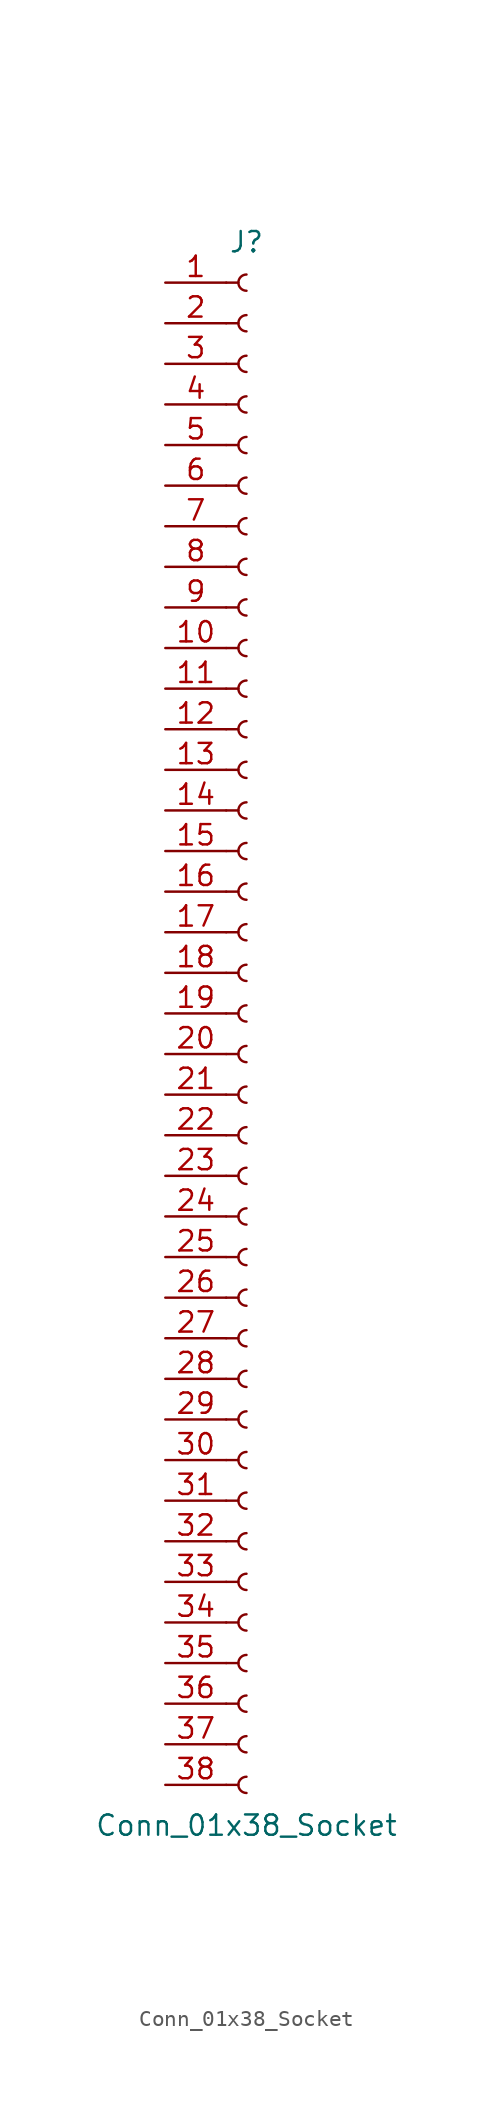
<source format=kicad_sym>
(kicad_symbol_lib
  (version 20220914)
  (generator kicad_symbol_editor)
  (symbol "Conn_01x38_Socket"
    (pin_names
      (offset 1.016) hide)
    (property "Reference" "J"
      (at 0 48.26 0)
      (effects (font (size 1.27 1.27))))
    (property "Value" "Conn_01x38_Socket"
      (at 0 -50.8 0)
      (effects (font (size 1.27 1.27))))
    (property "ki_locked" ""
      (at 0 0 0)
      (effects (font (size 1.27 1.27))))
    (symbol "Conn_01x38_Socket_1_1"
      (arc (start 0 -47.752) (mid -0.5058 -48.26) (end 0 -48.768) (stroke (width 0.1524) (type default)) (fill (type none)))
      (arc (start 0 -45.212) (mid -0.5058 -45.72) (end 0 -46.228) (stroke (width 0.1524) (type default)) (fill (type none)))
      (arc (start 0 -42.672) (mid -0.5058 -43.18) (end 0 -43.688) (stroke (width 0.1524) (type default)) (fill (type none)))
      (arc (start 0 -40.132) (mid -0.5058 -40.64) (end 0 -41.148) (stroke (width 0.1524) (type default)) (fill (type none)))
      (arc (start 0 -37.592) (mid -0.5058 -38.1) (end 0 -38.608) (stroke (width 0.1524) (type default)) (fill (type none)))
      (arc (start 0 -35.052) (mid -0.5058 -35.56) (end 0 -36.068) (stroke (width 0.1524) (type default)) (fill (type none)))
      (arc (start 0 -32.512) (mid -0.5058 -33.02) (end 0 -33.528) (stroke (width 0.1524) (type default)) (fill (type none)))
      (arc (start 0 -29.972) (mid -0.5058 -30.48) (end 0 -30.988) (stroke (width 0.1524) (type default)) (fill (type none)))
      (arc (start 0 -27.432) (mid -0.5058 -27.94) (end 0 -28.448) (stroke (width 0.1524) (type default)) (fill (type none)))
      (arc (start 0 -24.892) (mid -0.5058 -25.4) (end 0 -25.908) (stroke (width 0.1524) (type default)) (fill (type none)))
      (arc (start 0 -22.352) (mid -0.5058 -22.86) (end 0 -23.368) (stroke (width 0.1524) (type default)) (fill (type none)))
      (arc (start 0 -19.812) (mid -0.5058 -20.32) (end 0 -20.828) (stroke (width 0.1524) (type default)) (fill (type none)))
      (arc (start 0 -17.272) (mid -0.5058 -17.78) (end 0 -18.288) (stroke (width 0.1524) (type default)) (fill (type none)))
      (arc (start 0 -14.732) (mid -0.5058 -15.24) (end 0 -15.748) (stroke (width 0.1524) (type default)) (fill (type none)))
      (arc (start 0 -12.192) (mid -0.5058 -12.7) (end 0 -13.208) (stroke (width 0.1524) (type default)) (fill (type none)))
      (arc (start 0 -9.652) (mid -0.5058 -10.16) (end 0 -10.668) (stroke (width 0.1524) (type default)) (fill (type none)))
      (arc (start 0 -7.112) (mid -0.5058 -7.62) (end 0 -8.128) (stroke (width 0.1524) (type default)) (fill (type none)))
      (arc (start 0 -4.572) (mid -0.5058 -5.08) (end 0 -5.588) (stroke (width 0.1524) (type default)) (fill (type none)))
      (arc (start 0 -2.032) (mid -0.5058 -2.54) (end 0 -3.048) (stroke (width 0.1524) (type default)) (fill (type none)))
      (polyline (pts (xy -1.27 -48.26) (xy -0.508 -48.26)) (stroke (width 0.152) (type default)) (fill (type none)))
      (polyline (pts (xy -1.27 -45.72) (xy -0.508 -45.72)) (stroke (width 0.152) (type default)) (fill (type none)))
      (polyline (pts (xy -1.27 -43.18) (xy -0.508 -43.18)) (stroke (width 0.152) (type default)) (fill (type none)))
      (polyline (pts (xy -1.27 -40.64) (xy -0.508 -40.64)) (stroke (width 0.152) (type default)) (fill (type none)))
      (polyline (pts (xy -1.27 -38.1) (xy -0.508 -38.1)) (stroke (width 0.152) (type default)) (fill (type none)))
      (polyline (pts (xy -1.27 -35.56) (xy -0.508 -35.56)) (stroke (width 0.152) (type default)) (fill (type none)))
      (polyline (pts (xy -1.27 -33.02) (xy -0.508 -33.02)) (stroke (width 0.152) (type default)) (fill (type none)))
      (polyline (pts (xy -1.27 -30.48) (xy -0.508 -30.48)) (stroke (width 0.152) (type default)) (fill (type none)))
      (polyline (pts (xy -1.27 -27.94) (xy -0.508 -27.94)) (stroke (width 0.152) (type default)) (fill (type none)))
      (polyline (pts (xy -1.27 -25.4) (xy -0.508 -25.4)) (stroke (width 0.152) (type default)) (fill (type none)))
      (polyline (pts (xy -1.27 -22.86) (xy -0.508 -22.86)) (stroke (width 0.152) (type default)) (fill (type none)))
      (polyline (pts (xy -1.27 -20.32) (xy -0.508 -20.32)) (stroke (width 0.152) (type default)) (fill (type none)))
      (polyline (pts (xy -1.27 -17.78) (xy -0.508 -17.78)) (stroke (width 0.152) (type default)) (fill (type none)))
      (polyline (pts (xy -1.27 -15.24) (xy -0.508 -15.24)) (stroke (width 0.152) (type default)) (fill (type none)))
      (polyline (pts (xy -1.27 -12.7) (xy -0.508 -12.7)) (stroke (width 0.152) (type default)) (fill (type none)))
      (polyline (pts (xy -1.27 -10.16) (xy -0.508 -10.16)) (stroke (width 0.152) (type default)) (fill (type none)))
      (polyline (pts (xy -1.27 -7.62) (xy -0.508 -7.62)) (stroke (width 0.152) (type default)) (fill (type none)))
      (polyline (pts (xy -1.27 -5.08) (xy -0.508 -5.08)) (stroke (width 0.152) (type default)) (fill (type none)))
      (polyline (pts (xy -1.27 -2.54) (xy -0.508 -2.54)) (stroke (width 0.152) (type default)) (fill (type none)))
      (polyline (pts (xy -1.27 0) (xy -0.508 0)) (stroke (width 0.152) (type default)) (fill (type none)))
      (polyline (pts (xy -1.27 2.54) (xy -0.508 2.54)) (stroke (width 0.152) (type default)) (fill (type none)))
      (polyline (pts (xy -1.27 5.08) (xy -0.508 5.08)) (stroke (width 0.152) (type default)) (fill (type none)))
      (polyline (pts (xy -1.27 7.62) (xy -0.508 7.62)) (stroke (width 0.152) (type default)) (fill (type none)))
      (polyline (pts (xy -1.27 10.16) (xy -0.508 10.16)) (stroke (width 0.152) (type default)) (fill (type none)))
      (polyline (pts (xy -1.27 12.7) (xy -0.508 12.7)) (stroke (width 0.152) (type default)) (fill (type none)))
      (polyline (pts (xy -1.27 15.24) (xy -0.508 15.24)) (stroke (width 0.152) (type default)) (fill (type none)))
      (polyline (pts (xy -1.27 17.78) (xy -0.508 17.78)) (stroke (width 0.152) (type default)) (fill (type none)))
      (polyline (pts (xy -1.27 20.32) (xy -0.508 20.32)) (stroke (width 0.152) (type default)) (fill (type none)))
      (polyline (pts (xy -1.27 22.86) (xy -0.508 22.86)) (stroke (width 0.152) (type default)) (fill (type none)))
      (polyline (pts (xy -1.27 25.4) (xy -0.508 25.4)) (stroke (width 0.152) (type default)) (fill (type none)))
      (polyline (pts (xy -1.27 27.94) (xy -0.508 27.94)) (stroke (width 0.152) (type default)) (fill (type none)))
      (polyline (pts (xy -1.27 30.48) (xy -0.508 30.48)) (stroke (width 0.152) (type default)) (fill (type none)))
      (polyline (pts (xy -1.27 33.02) (xy -0.508 33.02)) (stroke (width 0.152) (type default)) (fill (type none)))
      (polyline (pts (xy -1.27 35.56) (xy -0.508 35.56)) (stroke (width 0.152) (type default)) (fill (type none)))
      (polyline (pts (xy -1.27 38.1) (xy -0.508 38.1)) (stroke (width 0.152) (type default)) (fill (type none)))
      (polyline (pts (xy -1.27 40.64) (xy -0.508 40.64)) (stroke (width 0.152) (type default)) (fill (type none)))
      (polyline (pts (xy -1.27 43.18) (xy -0.508 43.18)) (stroke (width 0.152) (type default)) (fill (type none)))
      (polyline (pts (xy -1.27 45.72) (xy -0.508 45.72)) (stroke (width 0.152) (type default)) (fill (type none)))
      (arc (start 0 0.508) (mid -0.5058 0) (end 0 -0.508) (stroke (width 0.1524) (type default)) (fill (type none)))
      (arc (start 0 3.048) (mid -0.5058 2.54) (end 0 2.032) (stroke (width 0.1524) (type default)) (fill (type none)))
      (arc (start 0 5.588) (mid -0.5058 5.08) (end 0 4.572) (stroke (width 0.1524) (type default)) (fill (type none)))
      (arc (start 0 8.128) (mid -0.5058 7.62) (end 0 7.112) (stroke (width 0.1524) (type default)) (fill (type none)))
      (arc (start 0 10.668) (mid -0.5058 10.16) (end 0 9.652) (stroke (width 0.1524) (type default)) (fill (type none)))
      (arc (start 0 13.208) (mid -0.5058 12.7) (end 0 12.192) (stroke (width 0.1524) (type default)) (fill (type none)))
      (arc (start 0 15.748) (mid -0.5058 15.24) (end 0 14.732) (stroke (width 0.1524) (type default)) (fill (type none)))
      (arc (start 0 18.288) (mid -0.5058 17.78) (end 0 17.272) (stroke (width 0.1524) (type default)) (fill (type none)))
      (arc (start 0 20.828) (mid -0.5058 20.32) (end 0 19.812) (stroke (width 0.1524) (type default)) (fill (type none)))
      (arc (start 0 23.368) (mid -0.5058 22.86) (end 0 22.352) (stroke (width 0.1524) (type default)) (fill (type none)))
      (arc (start 0 25.908) (mid -0.5058 25.4) (end 0 24.892) (stroke (width 0.1524) (type default)) (fill (type none)))
      (arc (start 0 28.448) (mid -0.5058 27.94) (end 0 27.432) (stroke (width 0.1524) (type default)) (fill (type none)))
      (arc (start 0 30.988) (mid -0.5058 30.48) (end 0 29.972) (stroke (width 0.1524) (type default)) (fill (type none)))
      (arc (start 0 33.528) (mid -0.5058 33.02) (end 0 32.512) (stroke (width 0.1524) (type default)) (fill (type none)))
      (arc (start 0 36.068) (mid -0.5058 35.56) (end 0 35.052) (stroke (width 0.1524) (type default)) (fill (type none)))
      (arc (start 0 38.608) (mid -0.5058 38.1) (end 0 37.592) (stroke (width 0.1524) (type default)) (fill (type none)))
      (arc (start 0 41.148) (mid -0.5058 40.64) (end 0 40.132) (stroke (width 0.1524) (type default)) (fill (type none)))
      (arc (start 0 43.688) (mid -0.5058 43.18) (end 0 42.672) (stroke (width 0.1524) (type default)) (fill (type none)))
      (arc (start 0 46.228) (mid -0.5058 45.72) (end 0 45.212) (stroke (width 0.1524) (type default)) (fill (type none)))
      (pin passive line (at -5.08 45.72 0) (length 3.81) (name "Pin_1" (effects (font (size 1.27 1.27)))) (number "1" (effects (font (size 1.27 1.27)))))
      (pin passive line (at -5.08 22.86 0) (length 3.81) (name "Pin_10" (effects (font (size 1.27 1.27)))) (number "10" (effects (font (size 1.27 1.27)))))
      (pin passive line (at -5.08 20.32 0) (length 3.81) (name "Pin_11" (effects (font (size 1.27 1.27)))) (number "11" (effects (font (size 1.27 1.27)))))
      (pin passive line (at -5.08 17.78 0) (length 3.81) (name "Pin_12" (effects (font (size 1.27 1.27)))) (number "12" (effects (font (size 1.27 1.27)))))
      (pin passive line (at -5.08 15.24 0) (length 3.81) (name "Pin_13" (effects (font (size 1.27 1.27)))) (number "13" (effects (font (size 1.27 1.27)))))
      (pin passive line (at -5.08 12.7 0) (length 3.81) (name "Pin_14" (effects (font (size 1.27 1.27)))) (number "14" (effects (font (size 1.27 1.27)))))
      (pin passive line (at -5.08 10.16 0) (length 3.81) (name "Pin_15" (effects (font (size 1.27 1.27)))) (number "15" (effects (font (size 1.27 1.27)))))
      (pin passive line (at -5.08 7.62 0) (length 3.81) (name "Pin_16" (effects (font (size 1.27 1.27)))) (number "16" (effects (font (size 1.27 1.27)))))
      (pin passive line (at -5.08 5.08 0) (length 3.81) (name "Pin_17" (effects (font (size 1.27 1.27)))) (number "17" (effects (font (size 1.27 1.27)))))
      (pin passive line (at -5.08 2.54 0) (length 3.81) (name "Pin_18" (effects (font (size 1.27 1.27)))) (number "18" (effects (font (size 1.27 1.27)))))
      (pin passive line (at -5.08 0 0) (length 3.81) (name "Pin_19" (effects (font (size 1.27 1.27)))) (number "19" (effects (font (size 1.27 1.27)))))
      (pin passive line (at -5.08 43.18 0) (length 3.81) (name "Pin_2" (effects (font (size 1.27 1.27)))) (number "2" (effects (font (size 1.27 1.27)))))
      (pin passive line (at -5.08 -2.54 0) (length 3.81) (name "Pin_20" (effects (font (size 1.27 1.27)))) (number "20" (effects (font (size 1.27 1.27)))))
      (pin passive line (at -5.08 -5.08 0) (length 3.81) (name "Pin_21" (effects (font (size 1.27 1.27)))) (number "21" (effects (font (size 1.27 1.27)))))
      (pin passive line (at -5.08 -7.62 0) (length 3.81) (name "Pin_22" (effects (font (size 1.27 1.27)))) (number "22" (effects (font (size 1.27 1.27)))))
      (pin passive line (at -5.08 -10.16 0) (length 3.81) (name "Pin_23" (effects (font (size 1.27 1.27)))) (number "23" (effects (font (size 1.27 1.27)))))
      (pin passive line (at -5.08 -12.7 0) (length 3.81) (name "Pin_24" (effects (font (size 1.27 1.27)))) (number "24" (effects (font (size 1.27 1.27)))))
      (pin passive line (at -5.08 -15.24 0) (length 3.81) (name "Pin_25" (effects (font (size 1.27 1.27)))) (number "25" (effects (font (size 1.27 1.27)))))
      (pin passive line (at -5.08 -17.78 0) (length 3.81) (name "Pin_26" (effects (font (size 1.27 1.27)))) (number "26" (effects (font (size 1.27 1.27)))))
      (pin passive line (at -5.08 -20.32 0) (length 3.81) (name "Pin_27" (effects (font (size 1.27 1.27)))) (number "27" (effects (font (size 1.27 1.27)))))
      (pin passive line (at -5.08 -22.86 0) (length 3.81) (name "Pin_28" (effects (font (size 1.27 1.27)))) (number "28" (effects (font (size 1.27 1.27)))))
      (pin passive line (at -5.08 -25.4 0) (length 3.81) (name "Pin_29" (effects (font (size 1.27 1.27)))) (number "29" (effects (font (size 1.27 1.27)))))
      (pin passive line (at -5.08 40.64 0) (length 3.81) (name "Pin_3" (effects (font (size 1.27 1.27)))) (number "3" (effects (font (size 1.27 1.27)))))
      (pin passive line (at -5.08 -27.94 0) (length 3.81) (name "Pin_30" (effects (font (size 1.27 1.27)))) (number "30" (effects (font (size 1.27 1.27)))))
      (pin passive line (at -5.08 -30.48 0) (length 3.81) (name "Pin_31" (effects (font (size 1.27 1.27)))) (number "31" (effects (font (size 1.27 1.27)))))
      (pin passive line (at -5.08 -33.02 0) (length 3.81) (name "Pin_32" (effects (font (size 1.27 1.27)))) (number "32" (effects (font (size 1.27 1.27)))))
      (pin passive line (at -5.08 -35.56 0) (length 3.81) (name "Pin_33" (effects (font (size 1.27 1.27)))) (number "33" (effects (font (size 1.27 1.27)))))
      (pin passive line (at -5.08 -38.1 0) (length 3.81) (name "Pin_34" (effects (font (size 1.27 1.27)))) (number "34" (effects (font (size 1.27 1.27)))))
      (pin passive line (at -5.08 -40.64 0) (length 3.81) (name "Pin_35" (effects (font (size 1.27 1.27)))) (number "35" (effects (font (size 1.27 1.27)))))
      (pin passive line (at -5.08 -43.18 0) (length 3.81) (name "Pin_36" (effects (font (size 1.27 1.27)))) (number "36" (effects (font (size 1.27 1.27)))))
      (pin passive line (at -5.08 -45.72 0) (length 3.81) (name "Pin_37" (effects (font (size 1.27 1.27)))) (number "37" (effects (font (size 1.27 1.27)))))
      (pin passive line (at -5.08 -48.26 0) (length 3.81) (name "Pin_38" (effects (font (size 1.27 1.27)))) (number "38" (effects (font (size 1.27 1.27)))))
      (pin passive line (at -5.08 38.1 0) (length 3.81) (name "Pin_4" (effects (font (size 1.27 1.27)))) (number "4" (effects (font (size 1.27 1.27)))))
      (pin passive line (at -5.08 35.56 0) (length 3.81) (name "Pin_5" (effects (font (size 1.27 1.27)))) (number "5" (effects (font (size 1.27 1.27)))))
      (pin passive line (at -5.08 33.02 0) (length 3.81) (name "Pin_6" (effects (font (size 1.27 1.27)))) (number "6" (effects (font (size 1.27 1.27)))))
      (pin passive line (at -5.08 30.48 0) (length 3.81) (name "Pin_7" (effects (font (size 1.27 1.27)))) (number "7" (effects (font (size 1.27 1.27)))))
      (pin passive line (at -5.08 27.94 0) (length 3.81) (name "Pin_8" (effects (font (size 1.27 1.27)))) (number "8" (effects (font (size 1.27 1.27)))))
      (pin passive line (at -5.08 25.4 0) (length 3.81) (name "Pin_9" (effects (font (size 1.27 1.27)))) (number "9" (effects (font (size 1.27 1.27))))))))
</source>
